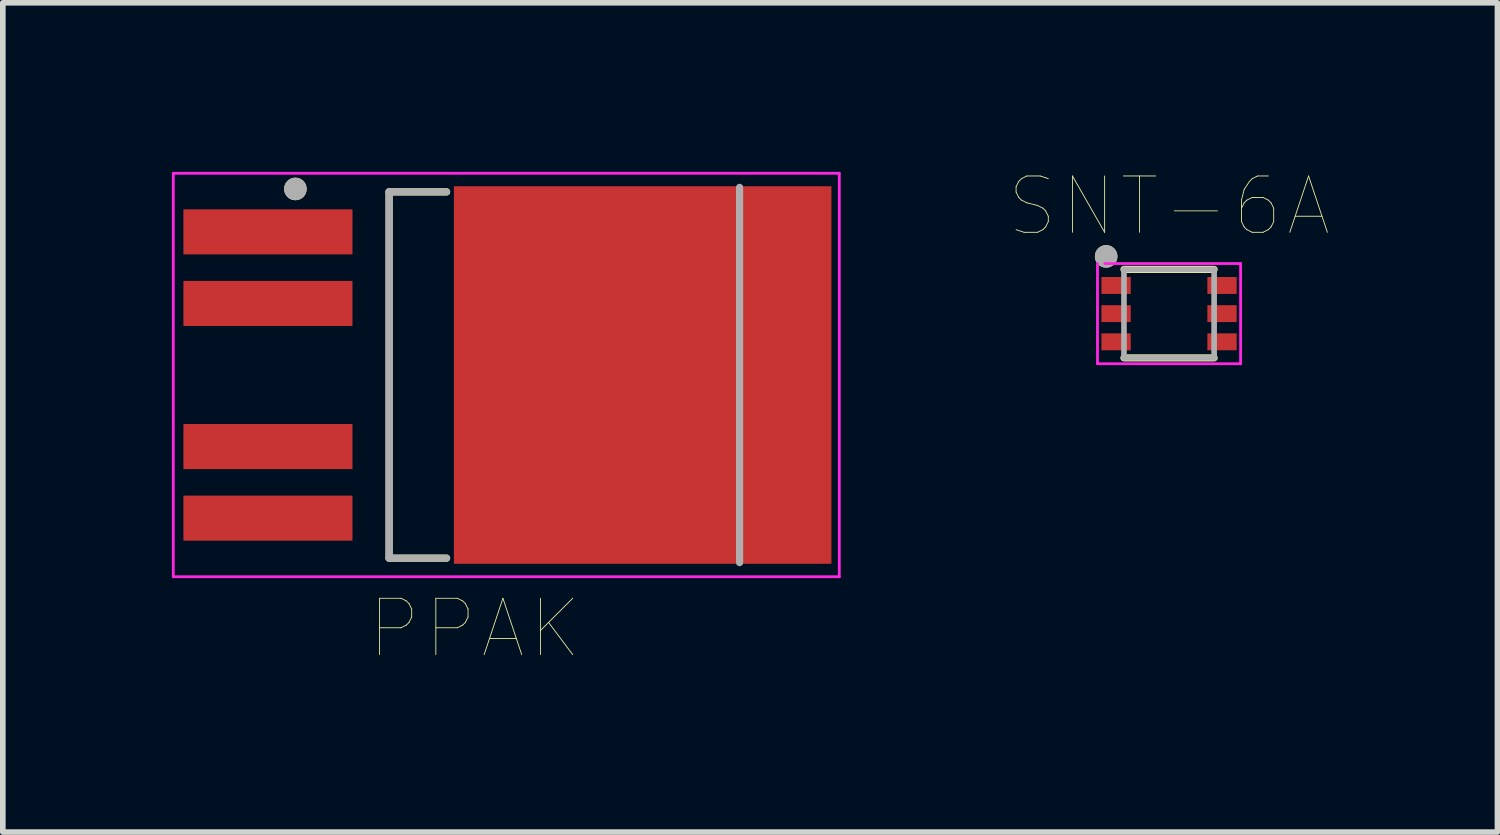
<source format=kicad_pcb>
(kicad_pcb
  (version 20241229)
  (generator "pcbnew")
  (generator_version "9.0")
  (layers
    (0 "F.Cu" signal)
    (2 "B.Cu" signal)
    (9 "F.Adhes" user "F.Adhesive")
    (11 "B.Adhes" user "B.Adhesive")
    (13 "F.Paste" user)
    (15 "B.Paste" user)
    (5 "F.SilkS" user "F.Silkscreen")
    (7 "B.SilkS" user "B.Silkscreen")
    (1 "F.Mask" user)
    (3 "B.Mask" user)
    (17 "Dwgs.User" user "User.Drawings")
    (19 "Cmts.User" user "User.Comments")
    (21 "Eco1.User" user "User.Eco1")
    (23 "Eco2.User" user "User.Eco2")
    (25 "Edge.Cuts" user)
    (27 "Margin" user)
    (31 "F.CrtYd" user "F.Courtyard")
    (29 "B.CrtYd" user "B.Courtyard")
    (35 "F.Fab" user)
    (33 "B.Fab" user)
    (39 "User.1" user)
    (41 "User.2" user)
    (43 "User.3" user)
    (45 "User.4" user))
  (footprint "SNT-6A"
    (layer "F.Cu")
    (at 17.696 2.516)
    (property "Reference" "SNT-6A" (at 0 -1.905 0) (layer "F.SilkS") (effects (font (size 1 1) (thickness 0.015))))
    (attr through_hole)
    (fp_line (start -0.8 -0.785) (end 0.8 -0.785) (stroke (width 0.127) (type solid)) (layer "F.SilkS"))
    (fp_line (start -0.8 0.785) (end 0.8 0.785) (stroke (width 0.127) (type solid)) (layer "F.SilkS"))
    (fp_circle (center -1.116 -1.016) (end -1.016 -1.016) (stroke (width 0.2) (type solid)) (fill no) (layer "F.SilkS"))
    (fp_line (start -1.27 -0.889) (end -1.27 0.889) (stroke (width 0.05) (type solid)) (layer "F.CrtYd"))
    (fp_line (start -1.27 0.889) (end 1.27 0.889) (stroke (width 0.05) (type solid)) (layer "F.CrtYd"))
    (fp_line (start -1.143 -0.889) (end 1.27 -0.889) (stroke (width 0.05) (type solid)) (layer "F.CrtYd"))
    (fp_line (start 1.27 -0.889) (end 1.27 0.889) (stroke (width 0.05) (type solid)) (layer "F.CrtYd"))
    (fp_line (start -0.8 -0.785) (end -0.8 0.785) (stroke (width 0.1) (type solid)) (layer "F.Fab"))
    (fp_line (start -0.8 -0.785) (end 0.8 -0.785) (stroke (width 0.1) (type solid)) (layer "F.Fab"))
    (fp_line (start -0.8 0.785) (end 0.8 0.785) (stroke (width 0.1) (type solid)) (layer "F.Fab"))
    (fp_line (start 0.8 -0.785) (end 0.8 0.785) (stroke (width 0.1) (type solid)) (layer "F.Fab"))
    (fp_circle (center -1.116 -1.016) (end -1.016 -1.016) (stroke (width 0.2) (type solid)) (fill no) (layer "F.Fab"))
    (pad "1" smd rect (at -0.94 -0.5) (size 0.52 0.3) (layers "F.Cu" "F.Mask" "F.Paste"))
    (pad "2" smd rect (at -0.94 0) (size 0.52 0.3) (layers "F.Cu" "F.Mask" "F.Paste"))
    (pad "3" smd rect (at -0.94 0.5) (size 0.52 0.3) (layers "F.Cu" "F.Mask" "F.Paste"))
    (pad "4" smd rect (at 0.94 0.5) (size 0.52 0.3) (layers "F.Cu" "F.Mask" "F.Paste"))
    (pad "5" smd rect (at 0.94 0) (size 0.52 0.3) (layers "F.Cu" "F.Mask" "F.Paste"))
    (pad "6" smd rect (at 0.94 -0.5) (size 0.52 0.3) (layers "F.Cu" "F.Mask" "F.Paste")))
  (footprint "PPAK"
    (layer "F.Cu")
    (at 5.875 3.605)
    (property "Reference" "PPAK" (at -0.5 4.5 0) (layer "F.SilkS") (effects (font (size 1 1) (thickness 0.015))))
    (attr through_hole)
    (fp_line (start -2.02 -3.25) (end -2.02 3.25) (stroke (width 0.127) (type solid)) (layer "F.SilkS"))
    (fp_line (start -2.02 3.25) (end -1 3.25) (stroke (width 0.127) (type solid)) (layer "F.SilkS"))
    (fp_line (start -1 -3.25) (end -2.02 -3.25) (stroke (width 0.127) (type solid)) (layer "F.SilkS"))
    (fp_circle (center -3.683 -3.302) (end -3.583 -3.302) (stroke (width 0.2) (type solid)) (fill no) (layer "F.SilkS"))
    (fp_line (start -5.85 -3.58) (end 5.969 -3.58) (stroke (width 0.05) (type solid)) (layer "F.CrtYd"))
    (fp_line (start -5.85 3.58) (end -5.85 -3.58) (stroke (width 0.05) (type solid)) (layer "F.CrtYd"))
    (fp_line (start 5.969 -3.58) (end 5.969 3.58) (stroke (width 0.05) (type solid)) (layer "F.CrtYd"))
    (fp_line (start 5.969 3.58) (end -5.85 3.58) (stroke (width 0.05) (type solid)) (layer "F.CrtYd"))
    (fp_line (start -2.02 -3.25) (end -1 -3.25) (stroke (width 0.127) (type solid)) (layer "F.Fab"))
    (fp_line (start -2.02 3.25) (end -2.02 -3.25) (stroke (width 0.127) (type solid)) (layer "F.Fab"))
    (fp_line (start -1 3.25) (end -2.02 3.25) (stroke (width 0.127) (type solid)) (layer "F.Fab"))
    (fp_line (start 4.2 -3.33) (end 4.2 3.33) (stroke (width 0.127) (type solid)) (layer "F.Fab"))
    (fp_circle (center -3.683 -3.302) (end -3.583 -3.302) (stroke (width 0.2) (type solid)) (fill no) (layer "F.Fab"))
    (pad "1" smd rect (at -4.17 -2.54) (size 3 0.8) (layers "F.Cu" "F.Mask" "F.Paste"))
    (pad "2" smd rect (at -4.17 -1.27) (size 3 0.8) (layers "F.Cu" "F.Mask" "F.Paste"))
    (pad "3" smd rect (at 2.48 0) (size 6.7 6.7) (layers "F.Cu" "F.Mask" "F.Paste"))
    (pad "4" smd rect (at -4.17 1.27) (size 3 0.8) (layers "F.Cu" "F.Mask" "F.Paste"))
    (pad "5" smd rect (at -4.17 2.54) (size 3 0.8) (layers "F.Cu" "F.Mask" "F.Paste")))
  (gr_rect
    (start -3 -3)
    (end 23.524 11.716)
    (stroke (width 0.1) (type default))
    (fill no)
    (layer "Edge.Cuts")))
</source>
